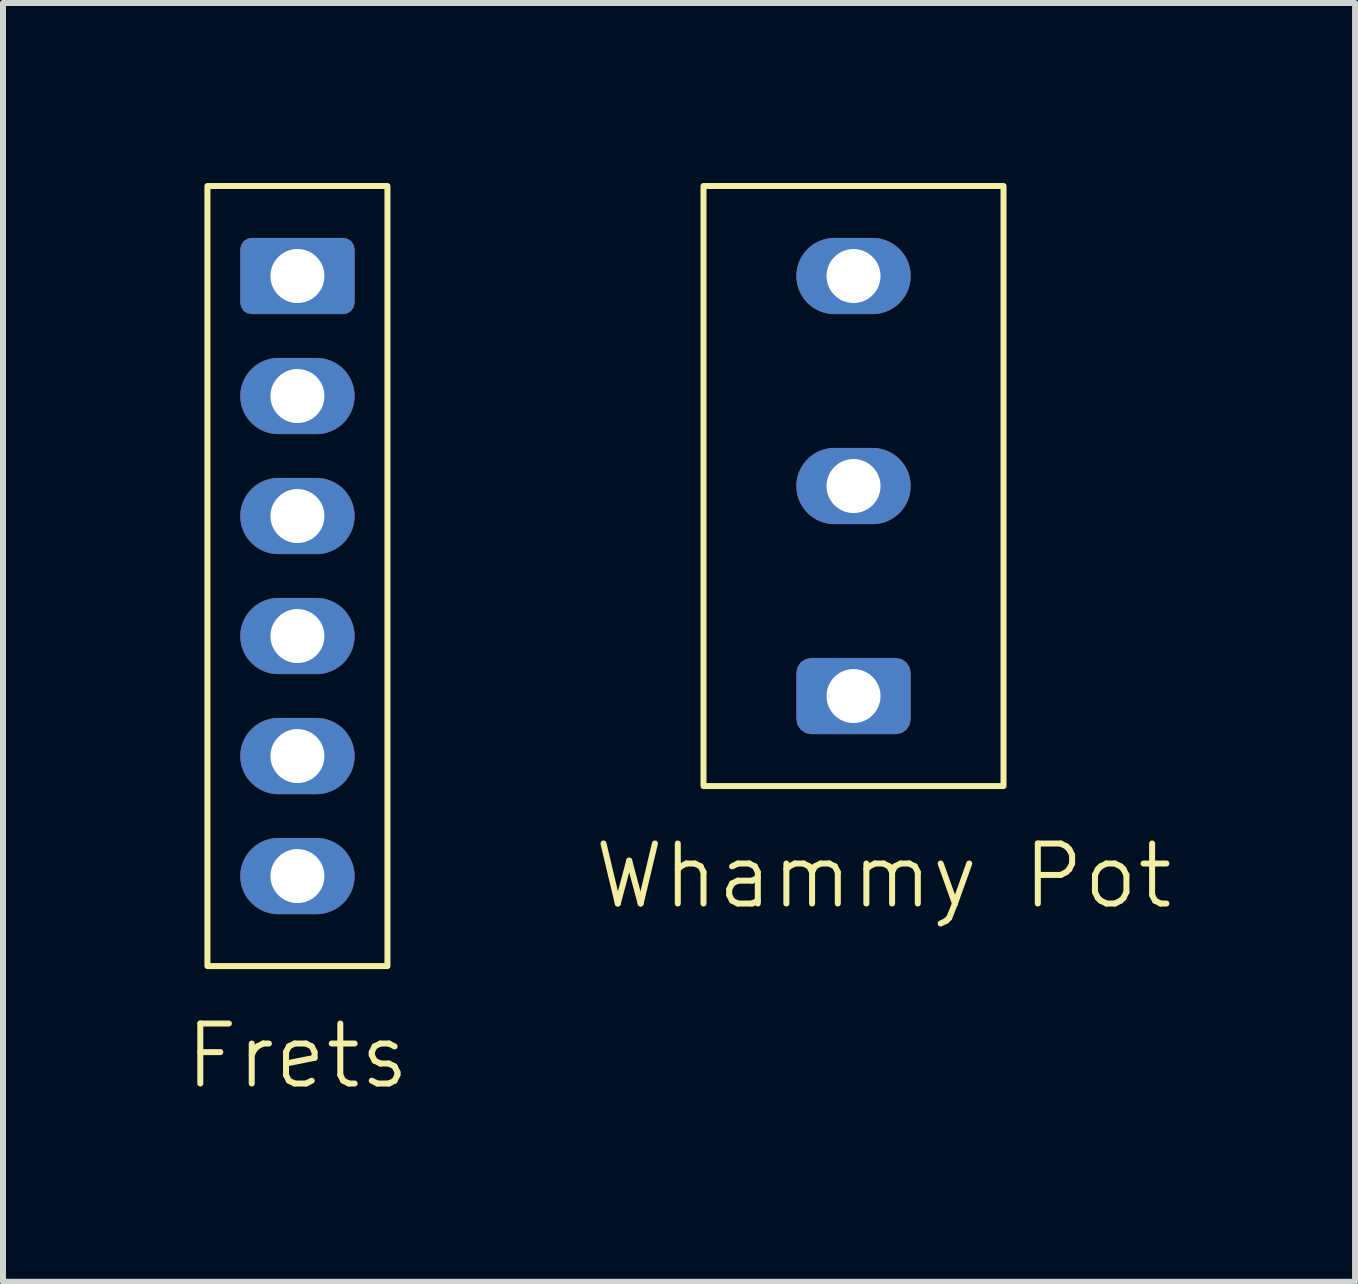
<source format=kicad_pcb>
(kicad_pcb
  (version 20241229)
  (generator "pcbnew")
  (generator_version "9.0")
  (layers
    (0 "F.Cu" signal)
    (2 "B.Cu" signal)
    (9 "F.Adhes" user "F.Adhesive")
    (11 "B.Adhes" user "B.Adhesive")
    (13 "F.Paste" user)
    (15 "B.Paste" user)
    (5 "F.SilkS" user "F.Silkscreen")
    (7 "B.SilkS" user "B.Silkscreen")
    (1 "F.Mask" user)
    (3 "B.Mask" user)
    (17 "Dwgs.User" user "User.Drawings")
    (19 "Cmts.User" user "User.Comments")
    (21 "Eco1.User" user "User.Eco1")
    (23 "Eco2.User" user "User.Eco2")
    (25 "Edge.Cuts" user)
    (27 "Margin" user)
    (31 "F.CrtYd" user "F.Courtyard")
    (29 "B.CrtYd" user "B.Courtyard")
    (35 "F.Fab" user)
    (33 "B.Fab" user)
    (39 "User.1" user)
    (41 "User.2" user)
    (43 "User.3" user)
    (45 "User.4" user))
  (footprint "Whammy Pot"
    (layer "F.Cu")
    (at 11.674 12.05)
    (property "Reference" "Whammy Pot" (at 0 -0.5 0) (unlocked yes) (layer "F.SilkS") (effects (font (size 1 1) (thickness 0.1))))
    (attr smd)
    (fp_rect (start -3 -12) (end 2 -2) (stroke (width 0.1) (type default)) (fill no) (layer "F.SilkS"))
    (pad "1" thru_hole oval (at -0.5 -10.5) (size 1.905 1.27) (drill 0.9) (layers "*.Cu" "*.Mask"))
    (pad "2" thru_hole oval (at -0.5 -7) (size 1.905 1.27) (drill 0.9) (layers "*.Cu" "*.Mask"))
    (pad "3" thru_hole roundrect (at -0.5 -3.5) (size 1.905 1.27) (drill 0.9) (layers "*.Cu" "*.Mask") (roundrect_rratio 0.197)))
  (footprint "Frets"
    (layer "F.Cu")
    (at 1.907 15.05)
    (property "Reference" "Frets" (at 0 -0.5 0) (unlocked yes) (layer "F.SilkS") (effects (font (size 1 1) (thickness 0.1))))
    (attr smd)
    (fp_rect (start -1.5 -15) (end 1.5 -2) (stroke (width 0.1) (type default)) (fill no) (layer "F.SilkS"))
    (pad "1" thru_hole oval (at 0 -3.5) (size 1.905 1.27) (drill 0.9) (layers "*.Cu" "*.Mask"))
    (pad "2" thru_hole oval (at 0 -5.5) (size 1.905 1.27) (drill 0.9) (layers "*.Cu" "*.Mask"))
    (pad "3" thru_hole oval (at 0 -7.5) (size 1.905 1.27) (drill 0.9) (layers "*.Cu" "*.Mask"))
    (pad "4" thru_hole oval (at 0 -9.5) (size 1.905 1.27) (drill 0.9) (layers "*.Cu" "*.Mask"))
    (pad "5" thru_hole oval (at 0 -11.5) (size 1.905 1.27) (drill 0.9) (layers "*.Cu" "*.Mask"))
    (pad "6" thru_hole roundrect (at 0 -13.5) (size 1.905 1.27) (drill 0.9) (layers "*.Cu" "*.Mask") (roundrect_rratio 0.15)))
  (gr_rect
    (start -3 -3)
    (end 19.533 18.311)
    (stroke (width 0.1) (type default))
    (fill no)
    (layer "Edge.Cuts")))
</source>
